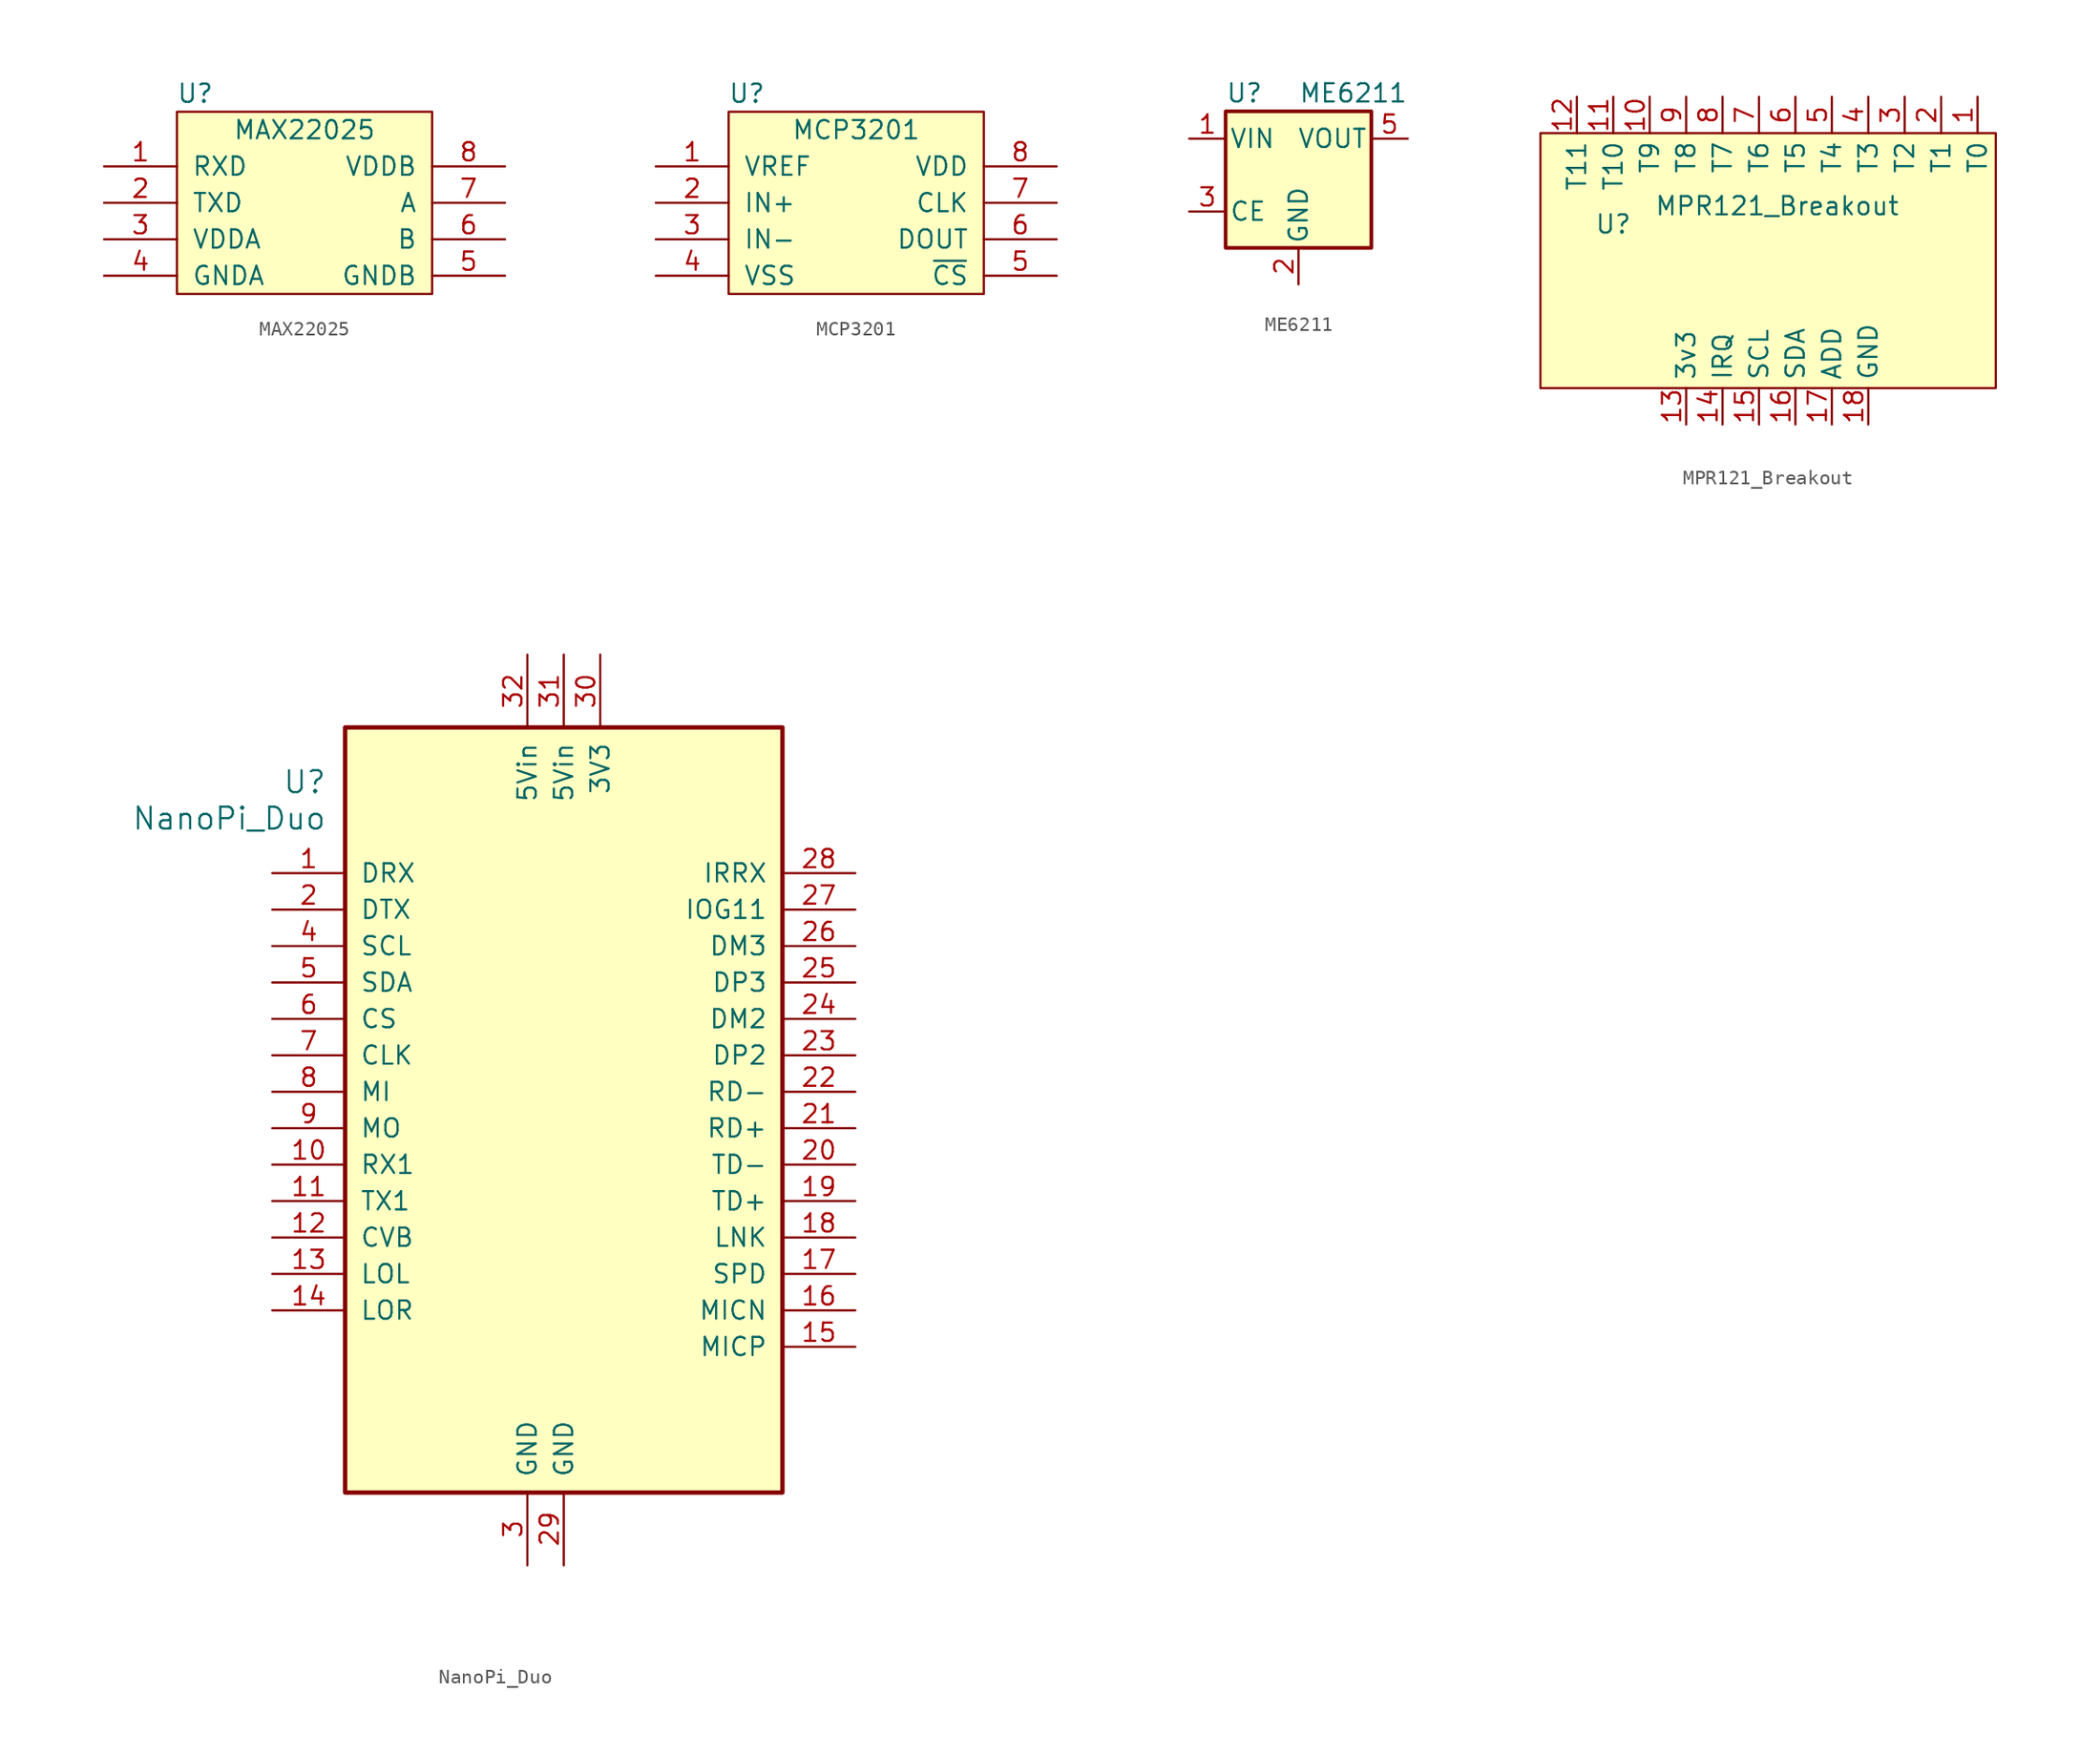
<source format=kicad_sym>
(kicad_symbol_lib
  (version 20231120)
  (generator "kicad_symbol_editor")
  (generator_version "8.0")
  (symbol "MAX22025"
    (pin_names
      (offset 1.016))
    (property "Reference" "U"
      (at 1.27 13.97 0)
      (effects (font (size 1.27 1.27))))
    (property "Value" "MAX22025"
      (at 8.89 11.43 0)
      (effects (font (size 1.27 1.27))))
    (symbol "MAX22025_0_1"
      (rectangle (start 0 0) (end 17.78 12.7) (stroke (width 0) (type default)) (fill (type background))))
    (symbol "MAX22025_1_1"
      (pin input line (at -5.08 8.89 0) (length 5.08) (name "RXD" (effects (font (size 1.27 1.27)))) (number "1" (effects (font (size 1.27 1.27)))))
      (pin input line (at -5.08 6.35 0) (length 5.08) (name "TXD" (effects (font (size 1.27 1.27)))) (number "2" (effects (font (size 1.27 1.27)))))
      (pin input line (at -5.08 3.81 0) (length 5.08) (name "VDDA" (effects (font (size 1.27 1.27)))) (number "3" (effects (font (size 1.27 1.27)))))
      (pin input line (at -5.08 1.27 0) (length 5.08) (name "GNDA" (effects (font (size 1.27 1.27)))) (number "4" (effects (font (size 1.27 1.27)))))
      (pin input line (at 22.86 1.27 180) (length 5.08) (name "GNDB" (effects (font (size 1.27 1.27)))) (number "5" (effects (font (size 1.27 1.27)))))
      (pin input line (at 22.86 3.81 180) (length 5.08) (name "B" (effects (font (size 1.27 1.27)))) (number "6" (effects (font (size 1.27 1.27)))))
      (pin input line (at 22.86 6.35 180) (length 5.08) (name "A" (effects (font (size 1.27 1.27)))) (number "7" (effects (font (size 1.27 1.27)))))
      (pin input line (at 22.86 8.89 180) (length 5.08) (name "VDDB" (effects (font (size 1.27 1.27)))) (number "8" (effects (font (size 1.27 1.27)))))))
  (symbol "MCP3201"
    (pin_names
      (offset 1.016))
    (property "Reference" "U"
      (at 1.27 13.97 0)
      (effects (font (size 1.27 1.27))))
    (property "Value" "MCP3201"
      (at 8.89 11.43 0)
      (effects (font (size 1.27 1.27))))
    (symbol "MCP3201_0_1"
      (rectangle (start 0 0) (end 17.78 12.7) (stroke (width 0) (type default)) (fill (type background))))
    (symbol "MCP3201_1_1"
      (pin input line (at -5.08 8.89 0) (length 5.08) (name "VREF" (effects (font (size 1.27 1.27)))) (number "1" (effects (font (size 1.27 1.27)))))
      (pin input line (at -5.08 6.35 0) (length 5.08) (name "IN+" (effects (font (size 1.27 1.27)))) (number "2" (effects (font (size 1.27 1.27)))))
      (pin input line (at -5.08 3.81 0) (length 5.08) (name "IN-" (effects (font (size 1.27 1.27)))) (number "3" (effects (font (size 1.27 1.27)))))
      (pin input line (at -5.08 1.27 0) (length 5.08) (name "VSS" (effects (font (size 1.27 1.27)))) (number "4" (effects (font (size 1.27 1.27)))))
      (pin input line (at 22.86 1.27 180) (length 5.08) (name "~{CS}" (effects (font (size 1.27 1.27)))) (number "5" (effects (font (size 1.27 1.27)))))
      (pin input line (at 22.86 3.81 180) (length 5.08) (name "DOUT" (effects (font (size 1.27 1.27)))) (number "6" (effects (font (size 1.27 1.27)))))
      (pin input line (at 22.86 6.35 180) (length 5.08) (name "CLK" (effects (font (size 1.27 1.27)))) (number "7" (effects (font (size 1.27 1.27)))))
      (pin input line (at 22.86 8.89 180) (length 5.08) (name "VDD" (effects (font (size 1.27 1.27)))) (number "8" (effects (font (size 1.27 1.27)))))))
  (symbol "ME6211"
    (pin_names
      (offset 0.254))
    (property "Reference" "U"
      (at -5.08 5.715 0)
      (effects (font (size 1.27 1.27)) (justify left)))
    (property "Value" "ME6211"
      (at 0 5.715 0)
      (effects (font (size 1.27 1.27)) (justify left)))
    (symbol "ME6211_0_1"
      (rectangle (start -5.08 4.445) (end 5.08 -5.08) (stroke (width 0.254) (type default)) (fill (type background))))
    (symbol "ME6211_1_1"
      (pin power_in line (at -7.62 2.54 0) (length 2.54) (name "VIN" (effects (font (size 1.27 1.27)))) (number "1" (effects (font (size 1.27 1.27)))))
      (pin power_in line (at 0 -7.62 90) (length 2.54) (name "GND" (effects (font (size 1.27 1.27)))) (number "2" (effects (font (size 1.27 1.27)))))
      (pin input line (at -7.62 -2.54 0) (length 2.54) (name "CE" (effects (font (size 1.27 1.27)))) (number "3" (effects (font (size 1.27 1.27)))))
      (pin no_connect line (at 7.62 -2.54 180) (length 2.54) hide (name "NC" (effects (font (size 1.27 1.27)))) (number "4" (effects (font (size 1.27 1.27)))))
      (pin power_out line (at 7.62 2.54 180) (length 2.54) (name "VOUT" (effects (font (size 1.27 1.27)))) (number "5" (effects (font (size 1.27 1.27)))))))
  (symbol "MPR121_Breakout"
    (property "Reference" "U"
      (at 0 10.16 0)
      (effects (font (size 1.27 1.27))))
    (property "Value" "MPR121_Breakout"
      (at 11.43 11.43 0)
      (effects (font (size 1.27 1.27))))
    (symbol "MPR121_Breakout_0_1"
      (rectangle (start -5.08 16.51) (end 26.67 -1.27) (stroke (width 0.152) (type default)) (fill (type background))))
    (symbol "MPR121_Breakout_1_1"
      (pin input line (at 25.4 19.05 270) (length 2.54) (name "T0" (effects (font (size 1.27 1.27)))) (number "1" (effects (font (size 1.27 1.27)))))
      (pin input line (at 2.54 19.05 270) (length 2.54) (name "T9" (effects (font (size 1.27 1.27)))) (number "10" (effects (font (size 1.27 1.27)))))
      (pin input line (at 0 19.05 270) (length 2.54) (name "T10" (effects (font (size 1.27 1.27)))) (number "11" (effects (font (size 1.27 1.27)))))
      (pin input line (at -2.54 19.05 270) (length 2.54) (name "T11" (effects (font (size 1.27 1.27)))) (number "12" (effects (font (size 1.27 1.27)))))
      (pin power_in line (at 5.08 -3.81 90) (length 2.54) (name "3v3" (effects (font (size 1.27 1.27)))) (number "13" (effects (font (size 1.27 1.27)))))
      (pin open_collector line (at 7.62 -3.81 90) (length 2.54) (name "IRQ" (effects (font (size 1.27 1.27)))) (number "14" (effects (font (size 1.27 1.27)))))
      (pin open_collector line (at 10.16 -3.81 90) (length 2.54) (name "SCL" (effects (font (size 1.27 1.27)))) (number "15" (effects (font (size 1.27 1.27)))))
      (pin open_collector line (at 12.7 -3.81 90) (length 2.54) (name "SDA" (effects (font (size 1.27 1.27)))) (number "16" (effects (font (size 1.27 1.27)))))
      (pin input line (at 15.24 -3.81 90) (length 2.54) (name "ADD" (effects (font (size 1.27 1.27)))) (number "17" (effects (font (size 1.27 1.27)))))
      (pin power_in line (at 17.78 -3.81 90) (length 2.54) (name "GND" (effects (font (size 1.27 1.27)))) (number "18" (effects (font (size 1.27 1.27)))))
      (pin input line (at 22.86 19.05 270) (length 2.54) (name "T1" (effects (font (size 1.27 1.27)))) (number "2" (effects (font (size 1.27 1.27)))))
      (pin input line (at 20.32 19.05 270) (length 2.54) (name "T2" (effects (font (size 1.27 1.27)))) (number "3" (effects (font (size 1.27 1.27)))))
      (pin input line (at 17.78 19.05 270) (length 2.54) (name "T3" (effects (font (size 1.27 1.27)))) (number "4" (effects (font (size 1.27 1.27)))))
      (pin input line (at 15.24 19.05 270) (length 2.54) (name "T4" (effects (font (size 1.27 1.27)))) (number "5" (effects (font (size 1.27 1.27)))))
      (pin input line (at 12.7 19.05 270) (length 2.54) (name "T5" (effects (font (size 1.27 1.27)))) (number "6" (effects (font (size 1.27 1.27)))))
      (pin input line (at 10.16 19.05 270) (length 2.54) (name "T6" (effects (font (size 1.27 1.27)))) (number "7" (effects (font (size 1.27 1.27)))))
      (pin input line (at 7.62 19.05 270) (length 2.54) (name "T7" (effects (font (size 1.27 1.27)))) (number "8" (effects (font (size 1.27 1.27)))))
      (pin input line (at 5.08 19.05 270) (length 2.54) (name "T8" (effects (font (size 1.27 1.27)))) (number "9" (effects (font (size 1.27 1.27)))))))
  (symbol "NanoPi_Duo"
    (pin_names
      (offset 1.016))
    (property "Reference" "U"
      (at -16.51 22.86 0)
      (effects (font (size 1.524 1.524)) (justify right)))
    (property "Value" "NanoPi_Duo"
      (at -16.51 20.32 0)
      (effects (font (size 1.524 1.524)) (justify right)))
    (symbol "NanoPi_Duo_1_1"
      (rectangle (start -15.24 26.67) (end 15.24 -26.67) (stroke (width 0.305) (type default)) (fill (type background)))
      (pin input line (at -20.32 16.51 0) (length 5.08) (name "DRX" (effects (font (size 1.27 1.27)))) (number "1" (effects (font (size 1.27 1.27)))))
      (pin input line (at -20.32 -3.81 0) (length 5.08) (name "RX1" (effects (font (size 1.27 1.27)))) (number "10" (effects (font (size 1.27 1.27)))))
      (pin output line (at -20.32 -6.35 0) (length 5.08) (name "TX1" (effects (font (size 1.27 1.27)))) (number "11" (effects (font (size 1.27 1.27)))))
      (pin bidirectional line (at -20.32 -8.89 0) (length 5.08) (name "CVB" (effects (font (size 1.27 1.27)))) (number "12" (effects (font (size 1.27 1.27)))))
      (pin output line (at -20.32 -11.43 0) (length 5.08) (name "LOL" (effects (font (size 1.27 1.27)))) (number "13" (effects (font (size 1.27 1.27)))))
      (pin output line (at -20.32 -13.97 0) (length 5.08) (name "LOR" (effects (font (size 1.27 1.27)))) (number "14" (effects (font (size 1.27 1.27)))))
      (pin input line (at 20.32 -16.51 180) (length 5.08) (name "MICP" (effects (font (size 1.27 1.27)))) (number "15" (effects (font (size 1.27 1.27)))))
      (pin input line (at 20.32 -13.97 180) (length 5.08) (name "MICN" (effects (font (size 1.27 1.27)))) (number "16" (effects (font (size 1.27 1.27)))))
      (pin input line (at 20.32 -11.43 180) (length 5.08) (name "SPD" (effects (font (size 1.27 1.27)))) (number "17" (effects (font (size 1.27 1.27)))))
      (pin input line (at 20.32 -8.89 180) (length 5.08) (name "LNK" (effects (font (size 1.27 1.27)))) (number "18" (effects (font (size 1.27 1.27)))))
      (pin output line (at 20.32 -6.35 180) (length 5.08) (name "TD+" (effects (font (size 1.27 1.27)))) (number "19" (effects (font (size 1.27 1.27)))))
      (pin output line (at -20.32 13.97 0) (length 5.08) (name "DTX" (effects (font (size 1.27 1.27)))) (number "2" (effects (font (size 1.27 1.27)))))
      (pin output line (at 20.32 -3.81 180) (length 5.08) (name "TD-" (effects (font (size 1.27 1.27)))) (number "20" (effects (font (size 1.27 1.27)))))
      (pin input line (at 20.32 -1.27 180) (length 5.08) (name "RD+" (effects (font (size 1.27 1.27)))) (number "21" (effects (font (size 1.27 1.27)))))
      (pin input line (at 20.32 1.27 180) (length 5.08) (name "RD-" (effects (font (size 1.27 1.27)))) (number "22" (effects (font (size 1.27 1.27)))))
      (pin bidirectional line (at 20.32 3.81 180) (length 5.08) (name "DP2" (effects (font (size 1.27 1.27)))) (number "23" (effects (font (size 1.27 1.27)))))
      (pin bidirectional line (at 20.32 6.35 180) (length 5.08) (name "DM2" (effects (font (size 1.27 1.27)))) (number "24" (effects (font (size 1.27 1.27)))))
      (pin bidirectional line (at 20.32 8.89 180) (length 5.08) (name "DP3" (effects (font (size 1.27 1.27)))) (number "25" (effects (font (size 1.27 1.27)))))
      (pin bidirectional line (at 20.32 11.43 180) (length 5.08) (name "DM3" (effects (font (size 1.27 1.27)))) (number "26" (effects (font (size 1.27 1.27)))))
      (pin input line (at 20.32 13.97 180) (length 5.08) (name "IOG11" (effects (font (size 1.27 1.27)))) (number "27" (effects (font (size 1.27 1.27)))))
      (pin input line (at 20.32 16.51 180) (length 5.08) (name "IRRX" (effects (font (size 1.27 1.27)))) (number "28" (effects (font (size 1.27 1.27)))))
      (pin power_in line (at 0 -31.75 90) (length 5.08) (name "GND" (effects (font (size 1.27 1.27)))) (number "29" (effects (font (size 1.27 1.27)))))
      (pin power_in line (at -2.54 -31.75 90) (length 5.08) (name "GND" (effects (font (size 1.27 1.27)))) (number "3" (effects (font (size 1.27 1.27)))))
      (pin power_out line (at 2.54 31.75 270) (length 5.08) (name "3V3" (effects (font (size 1.27 1.27)))) (number "30" (effects (font (size 1.27 1.27)))))
      (pin power_in line (at 0 31.75 270) (length 5.08) (name "5Vin" (effects (font (size 1.27 1.27)))) (number "31" (effects (font (size 1.27 1.27)))))
      (pin power_in line (at -2.54 31.75 270) (length 5.08) (name "5Vin" (effects (font (size 1.27 1.27)))) (number "32" (effects (font (size 1.27 1.27)))))
      (pin input line (at -20.32 11.43 0) (length 5.08) (name "SCL" (effects (font (size 1.27 1.27)))) (number "4" (effects (font (size 1.27 1.27)))))
      (pin bidirectional line (at -20.32 8.89 0) (length 5.08) (name "SDA" (effects (font (size 1.27 1.27)))) (number "5" (effects (font (size 1.27 1.27)))))
      (pin bidirectional line (at -20.32 6.35 0) (length 5.08) (name "CS" (effects (font (size 1.27 1.27)))) (number "6" (effects (font (size 1.27 1.27)))))
      (pin bidirectional line (at -20.32 3.81 0) (length 5.08) (name "CLK" (effects (font (size 1.27 1.27)))) (number "7" (effects (font (size 1.27 1.27)))))
      (pin input line (at -20.32 1.27 0) (length 5.08) (name "MI" (effects (font (size 1.27 1.27)))) (number "8" (effects (font (size 1.27 1.27)))))
      (pin output line (at -20.32 -1.27 0) (length 5.08) (name "MO" (effects (font (size 1.27 1.27)))) (number "9" (effects (font (size 1.27 1.27))))))))
</source>
